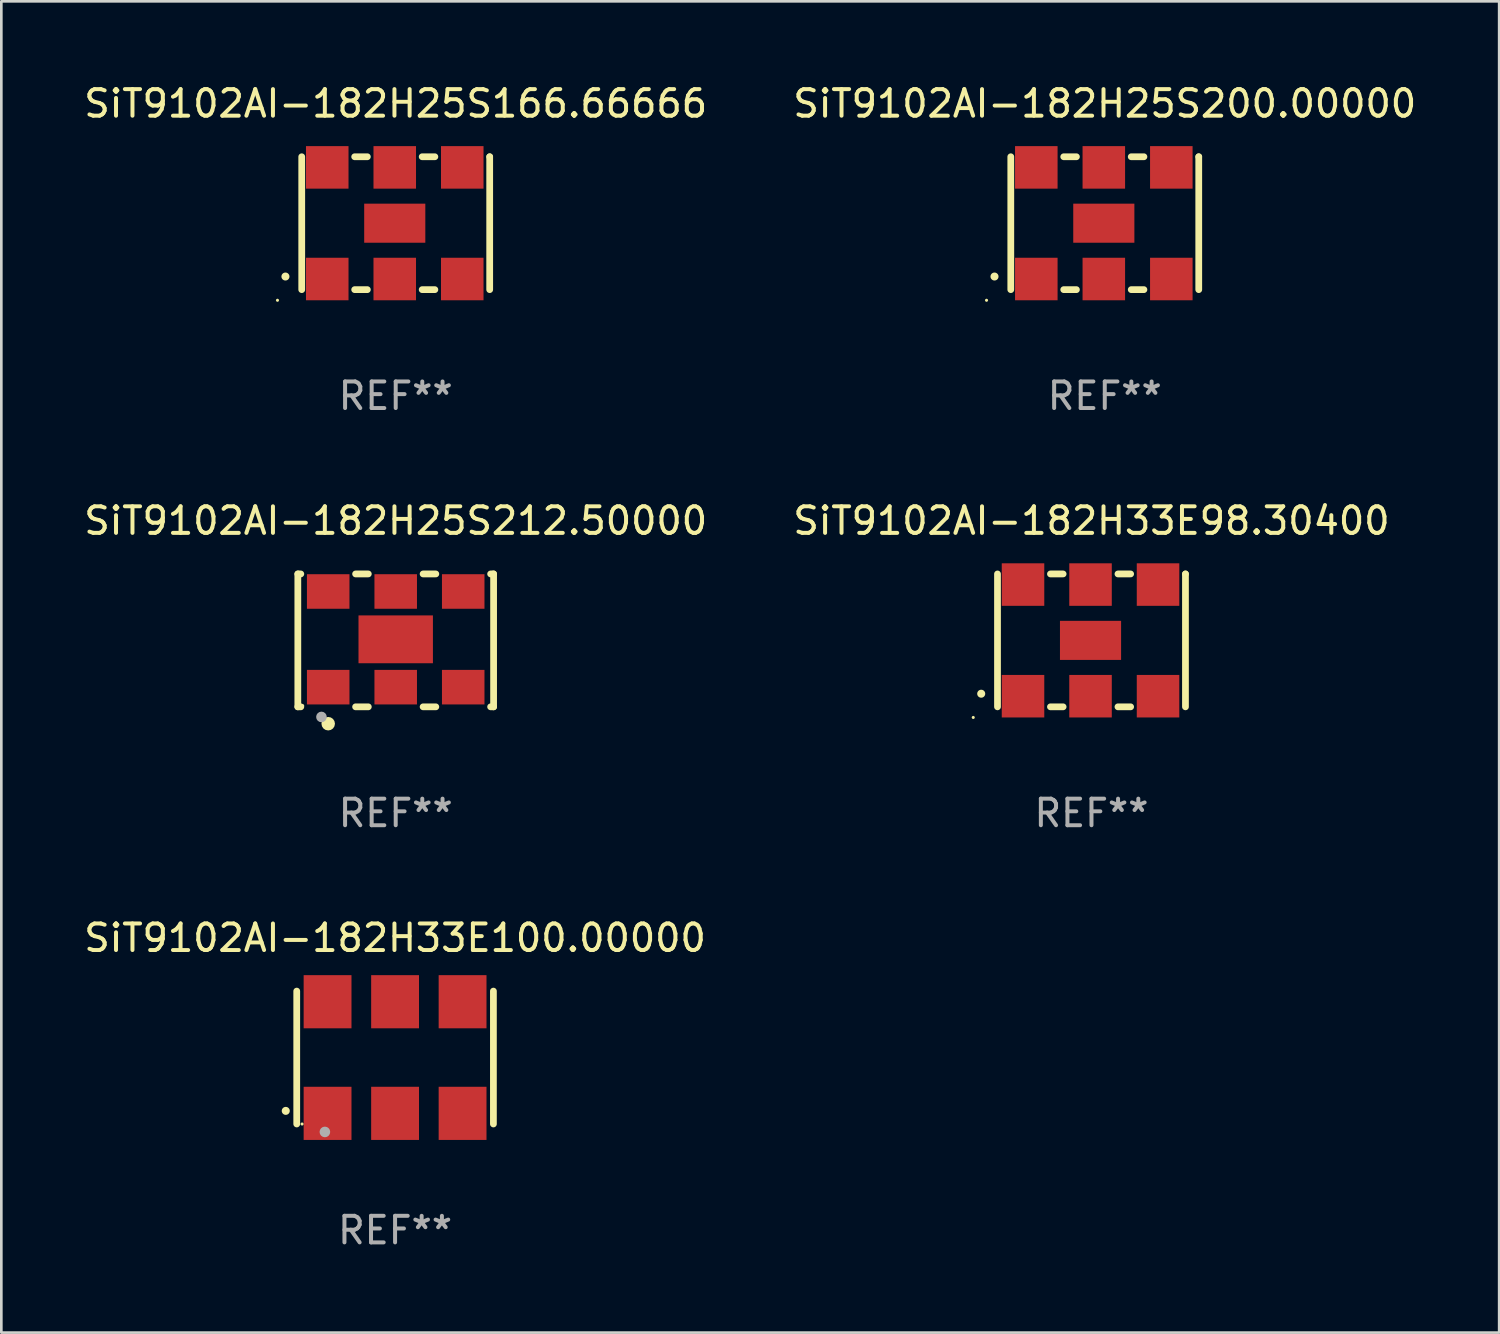
<source format=kicad_pcb>
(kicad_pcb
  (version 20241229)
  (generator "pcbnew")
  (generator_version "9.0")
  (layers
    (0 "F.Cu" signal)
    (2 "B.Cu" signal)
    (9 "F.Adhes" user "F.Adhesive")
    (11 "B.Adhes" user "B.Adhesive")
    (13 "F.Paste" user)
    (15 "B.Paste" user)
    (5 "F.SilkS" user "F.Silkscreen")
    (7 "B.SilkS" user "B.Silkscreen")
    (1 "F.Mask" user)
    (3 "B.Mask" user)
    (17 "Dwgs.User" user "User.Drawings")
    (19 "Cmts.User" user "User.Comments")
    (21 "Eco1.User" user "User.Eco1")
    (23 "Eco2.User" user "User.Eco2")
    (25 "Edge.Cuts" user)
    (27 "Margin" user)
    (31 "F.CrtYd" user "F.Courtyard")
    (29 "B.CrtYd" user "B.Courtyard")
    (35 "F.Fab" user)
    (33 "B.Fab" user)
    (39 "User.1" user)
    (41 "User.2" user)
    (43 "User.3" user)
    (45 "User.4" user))
  (footprint "SiT9102AI-182H33E100.00000"
    (layer "F.Cu")
    (at 11.815 36.741)
    (property "Reference" "SiT9102AI-182H33E100.00000" (at 0 -4.5 0) (layer "F.SilkS") (effects (font (size 1 1) (thickness 0.15))))
    (attr through_hole)
    (fp_line (start -3.7 -2.5) (end -3.7 2.5) (stroke (width 0.254) (type solid)) (layer "F.SilkS"))
    (fp_line (start 3.7 -2.5) (end 3.7 2.5) (stroke (width 0.254) (type solid)) (layer "F.SilkS"))
    (fp_arc (start -4.114415 2.006604) (mid -4.113145 2.006599) (end -4.111875 2.006604) (stroke (width 0.3) (type solid)) (layer "F.SilkS"))
    (fp_circle (center -3.5 2.501) (end -3.47 2.501) (stroke (width 0.06) (type solid)) (fill no) (layer "F.SilkS"))
    (fp_circle (center -2.641 2.799) (end -2.541 2.799) (stroke (width 0.2) (type solid)) (fill no) (layer "F.Fab"))
    (fp_text user "REF**" (at 0 6.5 0) (layer "F.Fab") (effects (font (size 1 1) (thickness 0.15))))
    (pad "1" smd rect (at -2.54 2.1) (size 1.8 2) (layers "F.Cu" "F.Mask" "F.Paste"))
    (pad "2" smd rect (at 0.000394 2.1) (size 1.8 2) (layers "F.Cu" "F.Mask" "F.Paste"))
    (pad "3" smd rect (at 2.54 2.1) (size 1.8 2) (layers "F.Cu" "F.Mask" "F.Paste"))
    (pad "4" smd rect (at 2.54 -2.1) (size 1.8 2) (layers "F.Cu" "F.Mask" "F.Paste"))
    (pad "5" smd rect (at 0.000394 -2.1) (size 1.8 2) (layers "F.Cu" "F.Mask" "F.Paste"))
    (pad "6" smd rect (at -2.54 -2.1) (size 1.8 2) (layers "F.Cu" "F.Mask" "F.Paste")))
  (footprint "SiT9102AI-182H25S200.00000"
    (layer "F.Cu")
    (at 38.518 5.348)
    (property "Reference" "SiT9102AI-182H25S200.00000" (at 0 -4.5 0) (layer "F.SilkS") (effects (font (size 1 1) (thickness 0.15))))
    (attr through_hole)
    (fp_line (start -3.536 -2.5) (end -3.536 2.5) (stroke (width 0.254) (type solid)) (layer "F.SilkS"))
    (fp_line (start -1.544 2.5) (end -1.067 2.5) (stroke (width 0.254) (type solid)) (layer "F.SilkS"))
    (fp_line (start -1.067 -2.5) (end -1.544 -2.5) (stroke (width 0.254) (type solid)) (layer "F.SilkS"))
    (fp_line (start 0.996 2.5) (end 1.473 2.5) (stroke (width 0.254) (type solid)) (layer "F.SilkS"))
    (fp_line (start 1.473 -2.5) (end 0.996 -2.5) (stroke (width 0.254) (type solid)) (layer "F.SilkS"))
    (fp_line (start 3.536 -2.5) (end 3.536 -2.5) (stroke (width 0.254) (type solid)) (layer "F.SilkS"))
    (fp_line (start 3.536 2.5) (end 3.536 -2.5) (stroke (width 0.254) (type solid)) (layer "F.SilkS"))
    (fp_arc (start -4.150432 2.006604) (mid -4.149162 2.006599) (end -4.147892 2.006604) (stroke (width 0.3) (type solid)) (layer "F.SilkS"))
    (fp_circle (center -4.449 2.9) (end -4.419 2.9) (stroke (width 0.06) (type solid)) (fill no) (layer "F.SilkS"))
    (fp_text user "REF**" (at 0 6.5 0) (layer "F.Fab") (effects (font (size 1 1) (thickness 0.15))))
    (pad "1" smd rect (at -2.576 2.1) (size 1.6 1.6) (layers "F.Cu" "F.Mask" "F.Paste"))
    (pad "2" smd rect (at -0.036 2.1) (size 1.6 1.6) (layers "F.Cu" "F.Mask" "F.Paste"))
    (pad "3" smd rect (at 2.504 2.1) (size 1.6 1.6) (layers "F.Cu" "F.Mask" "F.Paste"))
    (pad "4" smd rect (at 2.504 -2.1) (size 1.6 1.6) (layers "F.Cu" "F.Mask" "F.Paste"))
    (pad "5" smd rect (at -0.036 -2.1) (size 1.6 1.6) (layers "F.Cu" "F.Mask" "F.Paste"))
    (pad "6" smd rect (at -2.576 -2.1) (size 1.6 1.6) (layers "F.Cu" "F.Mask" "F.Paste"))
    (pad "7" smd rect (at -0.036 0) (size 2.3 1.47) (layers "F.Cu" "F.Mask" "F.Paste")))
  (footprint "SiT9102AI-182H25S212.50000"
    (layer "F.Cu")
    (at 11.839 21.045)
    (property "Reference" "SiT9102AI-182H25S212.50000" (at 0 -4.5 0) (layer "F.SilkS") (effects (font (size 1 1) (thickness 0.15))))
    (attr through_hole)
    (fp_line (start -3.683 -2.5) (end -3.571 -2.5) (stroke (width 0.254) (type solid)) (layer "F.SilkS"))
    (fp_line (start -3.683 2.5) (end -3.683 -2.5) (stroke (width 0.254) (type solid)) (layer "F.SilkS"))
    (fp_line (start -3.683 2.5) (end -3.571 2.5) (stroke (width 0.254) (type solid)) (layer "F.SilkS"))
    (fp_line (start -1.509 -2.5) (end -1.031 -2.5) (stroke (width 0.254) (type solid)) (layer "F.SilkS"))
    (fp_line (start -1.509 2.5) (end -1.031 2.5) (stroke (width 0.254) (type solid)) (layer "F.SilkS"))
    (fp_line (start 1.031 -2.5) (end 1.509 -2.5) (stroke (width 0.254) (type solid)) (layer "F.SilkS"))
    (fp_line (start 1.031 2.5) (end 1.509 2.5) (stroke (width 0.254) (type solid)) (layer "F.SilkS"))
    (fp_line (start 3.571 -2.5) (end 3.683 -2.5) (stroke (width 0.254) (type solid)) (layer "F.SilkS"))
    (fp_line (start 3.571 2.5) (end 3.683 2.5) (stroke (width 0.254) (type solid)) (layer "F.SilkS"))
    (fp_line (start 3.683 2.5) (end 3.683 -2.5) (stroke (width 0.254) (type solid)) (layer "F.SilkS"))
    (fp_circle (center -3.5 2.46) (end -3.47 2.46) (stroke (width 0.06) (type solid)) (fill no) (layer "F.SilkS"))
    (fp_circle (center -2.54 3.135) (end -2.413 3.135) (stroke (width 0.254) (type solid)) (fill no) (layer "F.SilkS"))
    (fp_circle (center -2.794 2.881) (end -2.694 2.881) (stroke (width 0.2) (type solid)) (fill no) (layer "F.Fab"))
    (fp_text user "REF**" (at 0 6.5 0) (layer "F.Fab") (effects (font (size 1 1) (thickness 0.15))))
    (pad "1" smd rect (at -2.54 1.76) (size 1.6 1.3) (layers "F.Cu" "F.Mask" "F.Paste"))
    (pad "2" smd rect (at 0 1.76) (size 1.6 1.3) (layers "F.Cu" "F.Mask" "F.Paste"))
    (pad "3" smd rect (at 2.54 1.76) (size 1.6 1.3) (layers "F.Cu" "F.Mask" "F.Paste"))
    (pad "4" smd rect (at 2.54 -1.84) (size 1.6 1.3) (layers "F.Cu" "F.Mask" "F.Paste"))
    (pad "5" smd rect (at 0 -1.84) (size 1.6 1.3) (layers "F.Cu" "F.Mask" "F.Paste"))
    (pad "6" smd rect (at -2.54 -1.84) (size 1.6 1.3) (layers "F.Cu" "F.Mask" "F.Paste"))
    (pad "7" smd rect (at 0 -0.04) (size 2.8 1.8) (layers "F.Cu" "F.Mask" "F.Paste")))
  (footprint "SiT9102AI-182H25S166.66666"
    (layer "F.Cu")
    (at 11.839 5.348)
    (property "Reference" "SiT9102AI-182H25S166.66666" (at 0 -4.5 0) (layer "F.SilkS") (effects (font (size 1 1) (thickness 0.15))))
    (attr through_hole)
    (fp_line (start -3.536 -2.5) (end -3.536 2.5) (stroke (width 0.254) (type solid)) (layer "F.SilkS"))
    (fp_line (start -1.544 2.5) (end -1.067 2.5) (stroke (width 0.254) (type solid)) (layer "F.SilkS"))
    (fp_line (start -1.067 -2.5) (end -1.544 -2.5) (stroke (width 0.254) (type solid)) (layer "F.SilkS"))
    (fp_line (start 0.996 2.5) (end 1.473 2.5) (stroke (width 0.254) (type solid)) (layer "F.SilkS"))
    (fp_line (start 1.473 -2.5) (end 0.996 -2.5) (stroke (width 0.254) (type solid)) (layer "F.SilkS"))
    (fp_line (start 3.536 -2.5) (end 3.536 -2.5) (stroke (width 0.254) (type solid)) (layer "F.SilkS"))
    (fp_line (start 3.536 2.5) (end 3.536 -2.5) (stroke (width 0.254) (type solid)) (layer "F.SilkS"))
    (fp_arc (start -4.150432 2.006604) (mid -4.149162 2.006599) (end -4.147892 2.006604) (stroke (width 0.3) (type solid)) (layer "F.SilkS"))
    (fp_circle (center -4.449 2.9) (end -4.419 2.9) (stroke (width 0.06) (type solid)) (fill no) (layer "F.SilkS"))
    (fp_text user "REF**" (at 0 6.5 0) (layer "F.Fab") (effects (font (size 1 1) (thickness 0.15))))
    (pad "1" smd rect (at -2.576 2.1) (size 1.6 1.6) (layers "F.Cu" "F.Mask" "F.Paste"))
    (pad "2" smd rect (at -0.036 2.1) (size 1.6 1.6) (layers "F.Cu" "F.Mask" "F.Paste"))
    (pad "3" smd rect (at 2.504 2.1) (size 1.6 1.6) (layers "F.Cu" "F.Mask" "F.Paste"))
    (pad "4" smd rect (at 2.504 -2.1) (size 1.6 1.6) (layers "F.Cu" "F.Mask" "F.Paste"))
    (pad "5" smd rect (at -0.036 -2.1) (size 1.6 1.6) (layers "F.Cu" "F.Mask" "F.Paste"))
    (pad "6" smd rect (at -2.576 -2.1) (size 1.6 1.6) (layers "F.Cu" "F.Mask" "F.Paste"))
    (pad "7" smd rect (at -0.036 0) (size 2.3 1.47) (layers "F.Cu" "F.Mask" "F.Paste")))
  (footprint "SiT9102AI-182H33E98.30400"
    (layer "F.Cu")
    (at 38.018 21.045)
    (property "Reference" "SiT9102AI-182H33E98.30400" (at 0 -4.5 0) (layer "F.SilkS") (effects (font (size 1 1) (thickness 0.15))))
    (attr through_hole)
    (fp_line (start -3.536 -2.5) (end -3.536 2.5) (stroke (width 0.254) (type solid)) (layer "F.SilkS"))
    (fp_line (start -1.544 2.5) (end -1.067 2.5) (stroke (width 0.254) (type solid)) (layer "F.SilkS"))
    (fp_line (start -1.067 -2.5) (end -1.544 -2.5) (stroke (width 0.254) (type solid)) (layer "F.SilkS"))
    (fp_line (start 0.996 2.5) (end 1.473 2.5) (stroke (width 0.254) (type solid)) (layer "F.SilkS"))
    (fp_line (start 1.473 -2.5) (end 0.996 -2.5) (stroke (width 0.254) (type solid)) (layer "F.SilkS"))
    (fp_line (start 3.536 -2.5) (end 3.536 -2.5) (stroke (width 0.254) (type solid)) (layer "F.SilkS"))
    (fp_line (start 3.536 2.5) (end 3.536 -2.5) (stroke (width 0.254) (type solid)) (layer "F.SilkS"))
    (fp_arc (start -4.150432 2.006604) (mid -4.149162 2.006599) (end -4.147892 2.006604) (stroke (width 0.3) (type solid)) (layer "F.SilkS"))
    (fp_circle (center -4.449 2.9) (end -4.419 2.9) (stroke (width 0.06) (type solid)) (fill no) (layer "F.SilkS"))
    (fp_text user "REF**" (at 0 6.5 0) (layer "F.Fab") (effects (font (size 1 1) (thickness 0.15))))
    (pad "1" smd rect (at -2.576 2.1) (size 1.6 1.6) (layers "F.Cu" "F.Mask" "F.Paste"))
    (pad "2" smd rect (at -0.036 2.1) (size 1.6 1.6) (layers "F.Cu" "F.Mask" "F.Paste"))
    (pad "3" smd rect (at 2.504 2.1) (size 1.6 1.6) (layers "F.Cu" "F.Mask" "F.Paste"))
    (pad "4" smd rect (at 2.504 -2.1) (size 1.6 1.6) (layers "F.Cu" "F.Mask" "F.Paste"))
    (pad "5" smd rect (at -0.036 -2.1) (size 1.6 1.6) (layers "F.Cu" "F.Mask" "F.Paste"))
    (pad "6" smd rect (at -2.576 -2.1) (size 1.6 1.6) (layers "F.Cu" "F.Mask" "F.Paste"))
    (pad "7" smd rect (at -0.036 0) (size 2.3 1.47) (layers "F.Cu" "F.Mask" "F.Paste")))
  (gr_rect
    (start -3 -3)
    (end 53.357 47.09)
    (stroke (width 0.1) (type default))
    (fill no)
    (layer "Edge.Cuts")))
</source>
